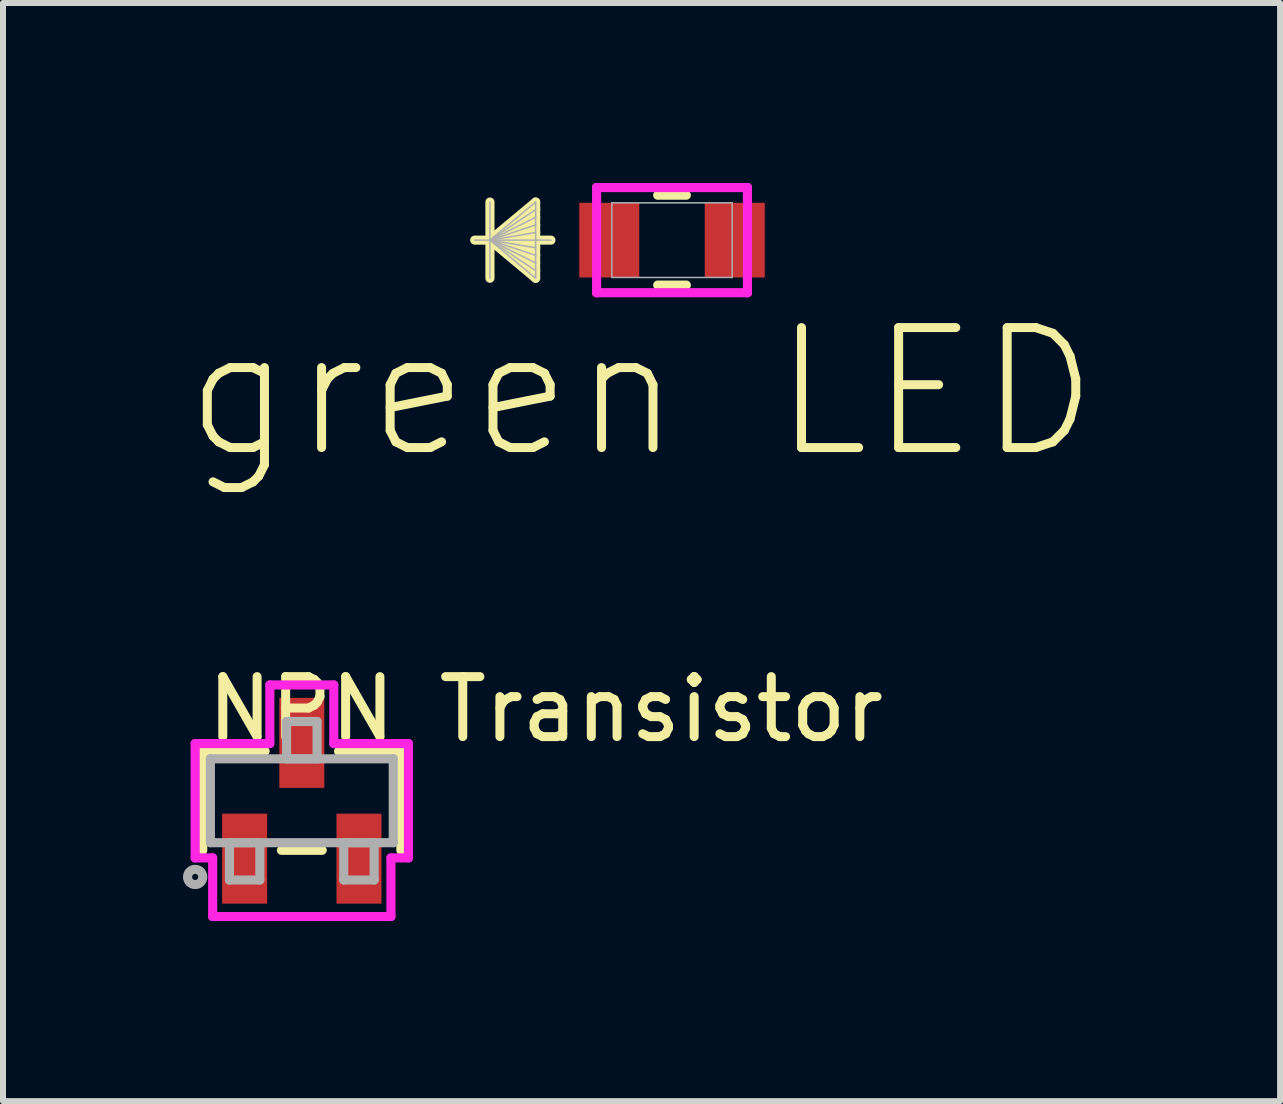
<source format=kicad_pcb>
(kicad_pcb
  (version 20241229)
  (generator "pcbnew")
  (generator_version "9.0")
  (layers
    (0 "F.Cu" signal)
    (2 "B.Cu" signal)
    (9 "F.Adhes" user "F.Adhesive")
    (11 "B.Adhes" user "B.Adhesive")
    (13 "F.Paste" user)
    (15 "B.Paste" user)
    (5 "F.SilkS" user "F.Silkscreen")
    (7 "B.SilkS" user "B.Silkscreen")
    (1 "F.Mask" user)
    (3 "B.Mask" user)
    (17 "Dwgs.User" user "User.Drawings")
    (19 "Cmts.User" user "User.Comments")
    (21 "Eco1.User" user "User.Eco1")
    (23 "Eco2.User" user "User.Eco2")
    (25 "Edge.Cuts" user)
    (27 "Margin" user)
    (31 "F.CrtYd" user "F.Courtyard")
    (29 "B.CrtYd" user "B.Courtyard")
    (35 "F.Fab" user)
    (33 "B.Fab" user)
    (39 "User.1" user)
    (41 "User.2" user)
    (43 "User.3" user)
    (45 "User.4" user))
  (footprint "NPN Transistor"
    (layer "F.Cu")
    (at 1.981 10.298)
    (property "Reference" "NPN Transistor" (at 4.064 -1.524 0) (layer "F.SilkS") (effects (font (size 1 1) (thickness 0.15))))
    (attr through_hole)
    (fp_line (start -1.651 -0.826) (end -1.651 0.826) (stroke (width 0.152) (type solid)) (layer "F.SilkS"))
    (fp_line (start -0.612 -0.826) (end -1.651 -0.826) (stroke (width 0.152) (type solid)) (layer "F.SilkS"))
    (fp_line (start -0.34 0.826) (end 0.34 0.826) (stroke (width 0.152) (type solid)) (layer "F.SilkS"))
    (fp_line (start 1.651 -0.826) (end 0.612 -0.826) (stroke (width 0.152) (type solid)) (layer "F.SilkS"))
    (fp_line (start 1.651 0.826) (end 1.651 -0.826) (stroke (width 0.152) (type solid)) (layer "F.SilkS"))
    (fp_line (start -1.778 -0.953) (end -0.533 -0.953) (stroke (width 0.152) (type solid)) (layer "F.CrtYd"))
    (fp_line (start -1.778 0.953) (end -1.778 -0.953) (stroke (width 0.152) (type solid)) (layer "F.CrtYd"))
    (fp_line (start -1.778 0.953) (end -1.486 0.953) (stroke (width 0.152) (type solid)) (layer "F.CrtYd"))
    (fp_line (start -1.486 0.953) (end -1.486 1.93) (stroke (width 0.152) (type solid)) (layer "F.CrtYd"))
    (fp_line (start -1.486 1.93) (end 1.486 1.93) (stroke (width 0.152) (type solid)) (layer "F.CrtYd"))
    (fp_line (start -0.533 -1.93) (end 0.533 -1.93) (stroke (width 0.152) (type solid)) (layer "F.CrtYd"))
    (fp_line (start -0.533 -0.953) (end -0.533 -1.93) (stroke (width 0.152) (type solid)) (layer "F.CrtYd"))
    (fp_line (start 0.533 -0.953) (end 0.533 -1.93) (stroke (width 0.152) (type solid)) (layer "F.CrtYd"))
    (fp_line (start 1.486 0.953) (end 1.486 1.93) (stroke (width 0.152) (type solid)) (layer "F.CrtYd"))
    (fp_line (start 1.778 -0.953) (end 0.533 -0.953) (stroke (width 0.152) (type solid)) (layer "F.CrtYd"))
    (fp_line (start 1.778 -0.953) (end 1.778 0.953) (stroke (width 0.152) (type solid)) (layer "F.CrtYd"))
    (fp_line (start 1.778 0.953) (end 1.486 0.953) (stroke (width 0.152) (type solid)) (layer "F.CrtYd"))
    (fp_line (start -1.524 -0.699) (end -1.524 0.699) (stroke (width 0.152) (type solid)) (layer "F.Fab"))
    (fp_line (start -1.524 0.699) (end 1.524 0.699) (stroke (width 0.152) (type solid)) (layer "F.Fab"))
    (fp_line (start -1.206 0.699) (end -1.206 1.321) (stroke (width 0.152) (type solid)) (layer "F.Fab"))
    (fp_line (start -1.206 1.321) (end -0.699 1.321) (stroke (width 0.152) (type solid)) (layer "F.Fab"))
    (fp_line (start -0.699 0.699) (end -1.206 0.699) (stroke (width 0.152) (type solid)) (layer "F.Fab"))
    (fp_line (start -0.699 1.321) (end -0.699 0.699) (stroke (width 0.152) (type solid)) (layer "F.Fab"))
    (fp_line (start -0.254 -1.321) (end -0.254 -0.699) (stroke (width 0.152) (type solid)) (layer "F.Fab"))
    (fp_line (start -0.254 -0.699) (end 0.254 -0.699) (stroke (width 0.152) (type solid)) (layer "F.Fab"))
    (fp_line (start 0.254 -1.321) (end -0.254 -1.321) (stroke (width 0.152) (type solid)) (layer "F.Fab"))
    (fp_line (start 0.254 -0.699) (end 0.254 -1.321) (stroke (width 0.152) (type solid)) (layer "F.Fab"))
    (fp_line (start 0.699 0.699) (end 0.699 1.321) (stroke (width 0.152) (type solid)) (layer "F.Fab"))
    (fp_line (start 0.699 1.321) (end 1.206 1.321) (stroke (width 0.152) (type solid)) (layer "F.Fab"))
    (fp_line (start 1.206 0.699) (end 0.699 0.699) (stroke (width 0.152) (type solid)) (layer "F.Fab"))
    (fp_line (start 1.206 1.321) (end 1.206 0.699) (stroke (width 0.152) (type solid)) (layer "F.Fab"))
    (fp_line (start 1.524 -0.699) (end -1.524 -0.699) (stroke (width 0.152) (type solid)) (layer "F.Fab"))
    (fp_line (start 1.524 0.699) (end 1.524 -0.699) (stroke (width 0.152) (type solid)) (layer "F.Fab"))
    (fp_circle (center -1.778 1.27) (end -1.651 1.27) (stroke (width 0.152) (type solid)) (fill no) (layer "F.Fab"))
    (pad "1" smd rect (at -0.953 0.965) (size 0.75 1.5) (layers "F.Cu" "F.Mask" "F.Paste"))
    (pad "2" smd rect (at 0.953 0.965) (size 0.75 1.5) (layers "F.Cu" "F.Mask" "F.Paste"))
    (pad "3" smd rect (at 0 -0.965) (size 0.75 1.5) (layers "F.Cu" "F.Mask" "F.Paste")))
  (footprint "green LED"
    (layer "F.Cu")
    (at 8.152 0.953)
    (property "Reference" "green LED" (at -0.508 2.54 0) (unlocked yes) (layer "F.SilkS") (effects (font (size 2 2) (thickness 0.15))))
    (attr smd)
    (fp_line (start -3.035 -0.635) (end -3.035 0.635) (stroke (width 0.152) (type solid)) (layer "F.SilkS"))
    (fp_line (start -3.035 0) (end -2.273 -0.635) (stroke (width 0.152) (type solid)) (layer "F.SilkS"))
    (fp_line (start -3.035 0) (end -2.273 -0.508) (stroke (width 0.152) (type solid)) (layer "F.SilkS"))
    (fp_line (start -3.035 0) (end -2.273 -0.381) (stroke (width 0.152) (type solid)) (layer "F.SilkS"))
    (fp_line (start -3.035 0) (end -2.273 -0.254) (stroke (width 0.152) (type solid)) (layer "F.SilkS"))
    (fp_line (start -3.035 0) (end -2.273 -0.127) (stroke (width 0.152) (type solid)) (layer "F.SilkS"))
    (fp_line (start -3.035 0) (end -2.273 0.127) (stroke (width 0.152) (type solid)) (layer "F.SilkS"))
    (fp_line (start -3.035 0) (end -2.273 0.254) (stroke (width 0.152) (type solid)) (layer "F.SilkS"))
    (fp_line (start -3.035 0) (end -2.273 0.381) (stroke (width 0.152) (type solid)) (layer "F.SilkS"))
    (fp_line (start -3.035 0) (end -2.273 0.508) (stroke (width 0.152) (type solid)) (layer "F.SilkS"))
    (fp_line (start -3.035 0) (end -2.273 0.635) (stroke (width 0.152) (type solid)) (layer "F.SilkS"))
    (fp_line (start -2.273 -0.635) (end -2.273 0.635) (stroke (width 0.152) (type solid)) (layer "F.SilkS"))
    (fp_line (start -2.019 0) (end -3.289 0) (stroke (width 0.152) (type solid)) (layer "F.SilkS"))
    (fp_line (start -0.239 0.749) (end 0.239 0.749) (stroke (width 0.152) (type solid)) (layer "F.SilkS"))
    (fp_line (start 0.239 -0.749) (end -0.239 -0.749) (stroke (width 0.152) (type solid)) (layer "F.SilkS"))
    (fp_line (start -1.257 -0.876) (end -1.257 -0.876) (stroke (width 0.152) (type solid)) (layer "F.CrtYd"))
    (fp_line (start -1.257 -0.876) (end -1.257 -0.876) (stroke (width 0.152) (type solid)) (layer "F.CrtYd"))
    (fp_line (start -1.257 -0.876) (end 1.257 -0.876) (stroke (width 0.152) (type solid)) (layer "F.CrtYd"))
    (fp_line (start -1.257 0.876) (end -1.257 -0.876) (stroke (width 0.152) (type solid)) (layer "F.CrtYd"))
    (fp_line (start -1.257 0.876) (end -1.257 0.876) (stroke (width 0.152) (type solid)) (layer "F.CrtYd"))
    (fp_line (start -1.257 0.876) (end -1.257 0.876) (stroke (width 0.152) (type solid)) (layer "F.CrtYd"))
    (fp_line (start 1.257 -0.876) (end 1.257 -0.876) (stroke (width 0.152) (type solid)) (layer "F.CrtYd"))
    (fp_line (start 1.257 -0.876) (end 1.257 -0.876) (stroke (width 0.152) (type solid)) (layer "F.CrtYd"))
    (fp_line (start 1.257 -0.876) (end 1.257 0.876) (stroke (width 0.152) (type solid)) (layer "F.CrtYd"))
    (fp_line (start 1.257 0.876) (end -1.257 0.876) (stroke (width 0.152) (type solid)) (layer "F.CrtYd"))
    (fp_line (start 1.257 0.876) (end 1.257 0.876) (stroke (width 0.152) (type solid)) (layer "F.CrtYd"))
    (fp_line (start 1.257 0.876) (end 1.257 0.876) (stroke (width 0.152) (type solid)) (layer "F.CrtYd"))
    (fp_line (start -3.035 -0.635) (end -3.035 0.635) (stroke (width 0.025) (type solid)) (layer "F.Fab"))
    (fp_line (start -3.035 0) (end -2.273 -0.635) (stroke (width 0.025) (type solid)) (layer "F.Fab"))
    (fp_line (start -3.035 0) (end -2.273 -0.508) (stroke (width 0.025) (type solid)) (layer "F.Fab"))
    (fp_line (start -3.035 0) (end -2.273 -0.381) (stroke (width 0.025) (type solid)) (layer "F.Fab"))
    (fp_line (start -3.035 0) (end -2.273 -0.254) (stroke (width 0.025) (type solid)) (layer "F.Fab"))
    (fp_line (start -3.035 0) (end -2.273 -0.127) (stroke (width 0.025) (type solid)) (layer "F.Fab"))
    (fp_line (start -3.035 0) (end -2.273 0.127) (stroke (width 0.025) (type solid)) (layer "F.Fab"))
    (fp_line (start -3.035 0) (end -2.273 0.254) (stroke (width 0.025) (type solid)) (layer "F.Fab"))
    (fp_line (start -3.035 0) (end -2.273 0.381) (stroke (width 0.025) (type solid)) (layer "F.Fab"))
    (fp_line (start -3.035 0) (end -2.273 0.508) (stroke (width 0.025) (type solid)) (layer "F.Fab"))
    (fp_line (start -3.035 0) (end -2.273 0.635) (stroke (width 0.025) (type solid)) (layer "F.Fab"))
    (fp_line (start -2.273 -0.635) (end -2.273 0.635) (stroke (width 0.025) (type solid)) (layer "F.Fab"))
    (fp_line (start -2.019 0) (end -3.289 0) (stroke (width 0.025) (type solid)) (layer "F.Fab"))
    (fp_line (start -1.003 -0.622) (end -1.003 0.622) (stroke (width 0.025) (type solid)) (layer "F.Fab"))
    (fp_line (start -1.003 0.622) (end 1.003 0.622) (stroke (width 0.025) (type solid)) (layer "F.Fab"))
    (fp_line (start 1.003 -0.622) (end -1.003 -0.622) (stroke (width 0.025) (type solid)) (layer "F.Fab"))
    (fp_line (start 1.003 0.622) (end 1.003 -0.622) (stroke (width 0.025) (type solid)) (layer "F.Fab"))
    (pad "1" smd rect (at -1.046 0) (size 1 1.245) (layers "F.Cu" "F.Mask" "F.Paste"))
    (pad "2" smd rect (at 1.046 0) (size 1 1.245) (layers "F.Cu" "F.Mask" "F.Paste"))
    (zone (net_name "") (layer "F.Cu") (hatch full 0.508) (connect_pads) (min_thickness 0.254) (filled_areas_thickness no) (keepout (tracks not_allowed) (vias not_allowed) (pads allowed) (copperpour not_allowed) (footprints allowed)) (placement (enabled no)) (fill) (polygon (pts (xy 7.657 0.381) (xy 8.647 0.381) (xy 8.647 1.524) (xy 7.657 1.524)))))
  (gr_rect
    (start -3 -3)
    (end 18.288 15.305)
    (stroke (width 0.1) (type default))
    (fill no)
    (layer "Edge.Cuts")))
</source>
